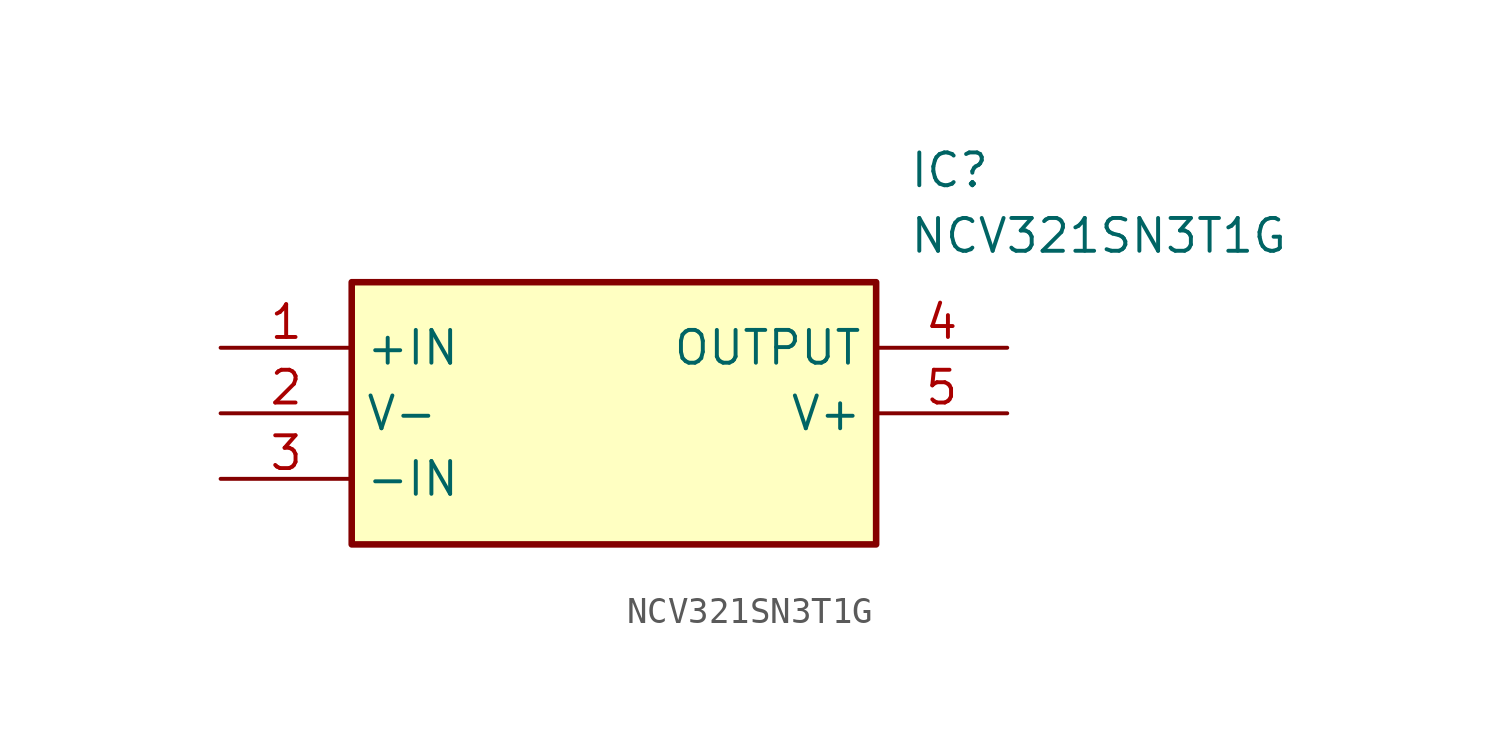
<source format=kicad_sym>
(kicad_symbol_lib
  (version 20211014)
  (generator SamacSys_ECAD_Model)
  (symbol "NCV321SN3T1G"
    (property "Reference" "IC"
      (at 26.67 7.62 0)
      (effects (font (size 1.27 1.27)) (justify left top)))
    (property "Value" "NCV321SN3T1G"
      (at 26.67 5.08 0)
      (effects (font (size 1.27 1.27)) (justify left top)))
    (rectangle
      (start 5.08 2.54)
      (end 25.4 -7.62)
      (stroke (width 0.254) (type default))
      (fill (type background)))
    (pin passive line
      (at 0 0 0)
      (length 5.08)
      (name "+IN" (effects (font (size 1.27 1.27))))
      (number "1" (effects (font (size 1.27 1.27)))))
    (pin passive line
      (at 0 -2.54 0)
      (length 5.08)
      (name "V-" (effects (font (size 1.27 1.27))))
      (number "2" (effects (font (size 1.27 1.27)))))
    (pin passive line
      (at 0 -5.08 0)
      (length 5.08)
      (name "-IN" (effects (font (size 1.27 1.27))))
      (number "3" (effects (font (size 1.27 1.27)))))
    (pin passive line
      (at 30.48 0 180)
      (length 5.08)
      (name "OUTPUT" (effects (font (size 1.27 1.27))))
      (number "4" (effects (font (size 1.27 1.27)))))
    (pin passive line
      (at 30.48 -2.54 180)
      (length 5.08)
      (name "V+" (effects (font (size 1.27 1.27))))
      (number "5" (effects (font (size 1.27 1.27)))))))
</source>
